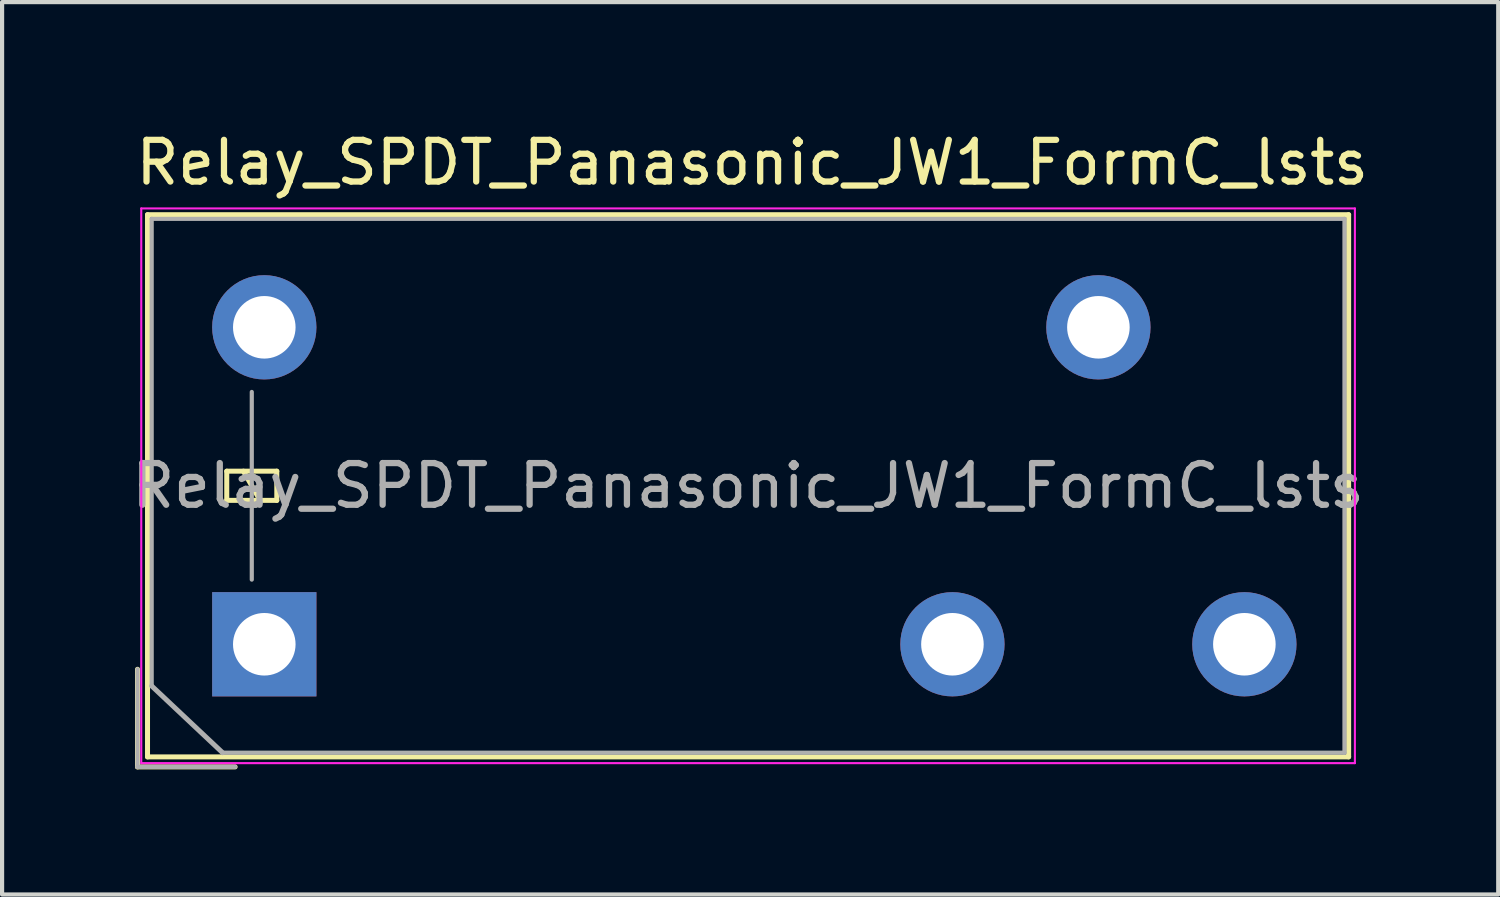
<source format=kicad_pcb>
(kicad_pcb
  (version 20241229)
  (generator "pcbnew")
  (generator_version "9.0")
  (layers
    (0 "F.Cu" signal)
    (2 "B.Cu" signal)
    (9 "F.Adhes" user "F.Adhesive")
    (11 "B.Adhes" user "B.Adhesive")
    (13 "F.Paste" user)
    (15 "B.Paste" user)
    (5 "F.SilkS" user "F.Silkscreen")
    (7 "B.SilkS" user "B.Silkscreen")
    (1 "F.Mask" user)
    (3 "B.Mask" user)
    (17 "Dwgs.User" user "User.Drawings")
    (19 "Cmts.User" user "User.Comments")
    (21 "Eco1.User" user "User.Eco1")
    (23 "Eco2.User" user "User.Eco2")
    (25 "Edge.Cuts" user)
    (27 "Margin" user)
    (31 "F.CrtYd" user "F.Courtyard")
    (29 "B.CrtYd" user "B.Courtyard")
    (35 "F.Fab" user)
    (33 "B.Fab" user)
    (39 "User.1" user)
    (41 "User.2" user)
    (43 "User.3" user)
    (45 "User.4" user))
  (footprint "Relay_SPDT_Panasonic_JW1_FormC_lsts"
    (layer "F.Cu")
    (at 3.287 12.398)
    (property "Reference" "Relay_SPDT_Panasonic_JW1_FormC_lsts" (at 11.7 -11.55 180) (layer "F.SilkS") (effects (font (size 1 1) (thickness 0.15))))
    (attr through_hole)
    (fp_line (start -3.04 2.94) (end -3.04 0.6) (stroke (width 0.12) (type solid)) (layer "F.SilkS"))
    (fp_line (start -2.8 -10.3) (end -2.8 2.7) (stroke (width 0.12) (type solid)) (layer "F.SilkS"))
    (fp_line (start -2.8 2.7) (end 26 2.7) (stroke (width 0.12) (type solid)) (layer "F.SilkS"))
    (fp_line (start -0.9 -4.15) (end -0.9 -3.45) (stroke (width 0.12) (type solid)) (layer "F.SilkS"))
    (fp_line (start -0.9 -3.45) (end 0.3 -3.45) (stroke (width 0.12) (type solid)) (layer "F.SilkS"))
    (fp_line (start -0.7 2.94) (end -3.04 2.94) (stroke (width 0.12) (type solid)) (layer "F.SilkS"))
    (fp_line (start -0.1 -3.45) (end -0.5 -4.15) (stroke (width 0.12) (type solid)) (layer "F.SilkS"))
    (fp_line (start 0.3 -4.15) (end -0.9 -4.15) (stroke (width 0.12) (type solid)) (layer "F.SilkS"))
    (fp_line (start 0.3 -3.45) (end 0.3 -4.15) (stroke (width 0.12) (type solid)) (layer "F.SilkS"))
    (fp_line (start 26 -10.3) (end -2.8 -10.3) (stroke (width 0.12) (type solid)) (layer "F.SilkS"))
    (fp_line (start 26 2.7) (end 26 -10.3) (stroke (width 0.12) (type solid)) (layer "F.SilkS"))
    (fp_line (start -2.95 -10.45) (end -2.95 2.85) (stroke (width 0.05) (type solid)) (layer "F.CrtYd"))
    (fp_line (start -2.95 2.85) (end 26.15 2.85) (stroke (width 0.05) (type solid)) (layer "F.CrtYd"))
    (fp_line (start 26.15 -10.45) (end -2.95 -10.45) (stroke (width 0.05) (type solid)) (layer "F.CrtYd"))
    (fp_line (start 26.15 2.85) (end 26.15 -10.45) (stroke (width 0.05) (type solid)) (layer "F.CrtYd"))
    (fp_line (start -3.04 2.94) (end -3.04 0.6) (stroke (width 0.1) (type solid)) (layer "F.Fab"))
    (fp_line (start -2.7 -10.2) (end -2.7 1) (stroke (width 0.1) (type solid)) (layer "F.Fab"))
    (fp_line (start -1 2.6) (end -2.7 1) (stroke (width 0.12) (type solid)) (layer "F.Fab"))
    (fp_line (start -1 2.6) (end 25.9 2.6) (stroke (width 0.1) (type solid)) (layer "F.Fab"))
    (fp_line (start -0.7 2.94) (end -3.04 2.94) (stroke (width 0.1) (type solid)) (layer "F.Fab"))
    (fp_line (start -0.3 -1.55) (end -0.3 -6.05) (stroke (width 0.1) (type solid)) (layer "F.Fab"))
    (fp_line (start 25.9 -10.2) (end -2.7 -10.2) (stroke (width 0.1) (type solid)) (layer "F.Fab"))
    (fp_line (start 25.9 2.6) (end 25.9 -10.2) (stroke (width 0.1) (type solid)) (layer "F.Fab"))
    (fp_text user "${REFERENCE}" (at 11.6 -3.8 180) (layer "F.Fab") (effects (font (size 1 1) (thickness 0.15))))
    (pad "1" thru_hole rect (at 0 0 90) (size 2.5 2.5) (drill 1.5) (layers "*.Cu" "*.Mask"))
    (pad "2" thru_hole oval (at 16.5 0 90) (size 2.5 2.5) (drill 1.5) (layers "*.Cu" "*.Mask"))
    (pad "3" thru_hole oval (at 23.5 0 90) (size 2.5 2.5) (drill 1.5) (layers "*.Cu" "*.Mask"))
    (pad "4" thru_hole oval (at 20 -7.6 90) (size 2.5 2.5) (drill 1.5) (layers "*.Cu" "*.Mask"))
    (pad "5" thru_hole oval (at 0 -7.6 90) (size 2.5 2.5) (drill 1.5) (layers "*.Cu" "*.Mask")))
  (gr_rect
    (start -3 -3)
    (end 32.874 18.398)
    (stroke (width 0.1) (type default))
    (fill no)
    (layer "Edge.Cuts")))
</source>
